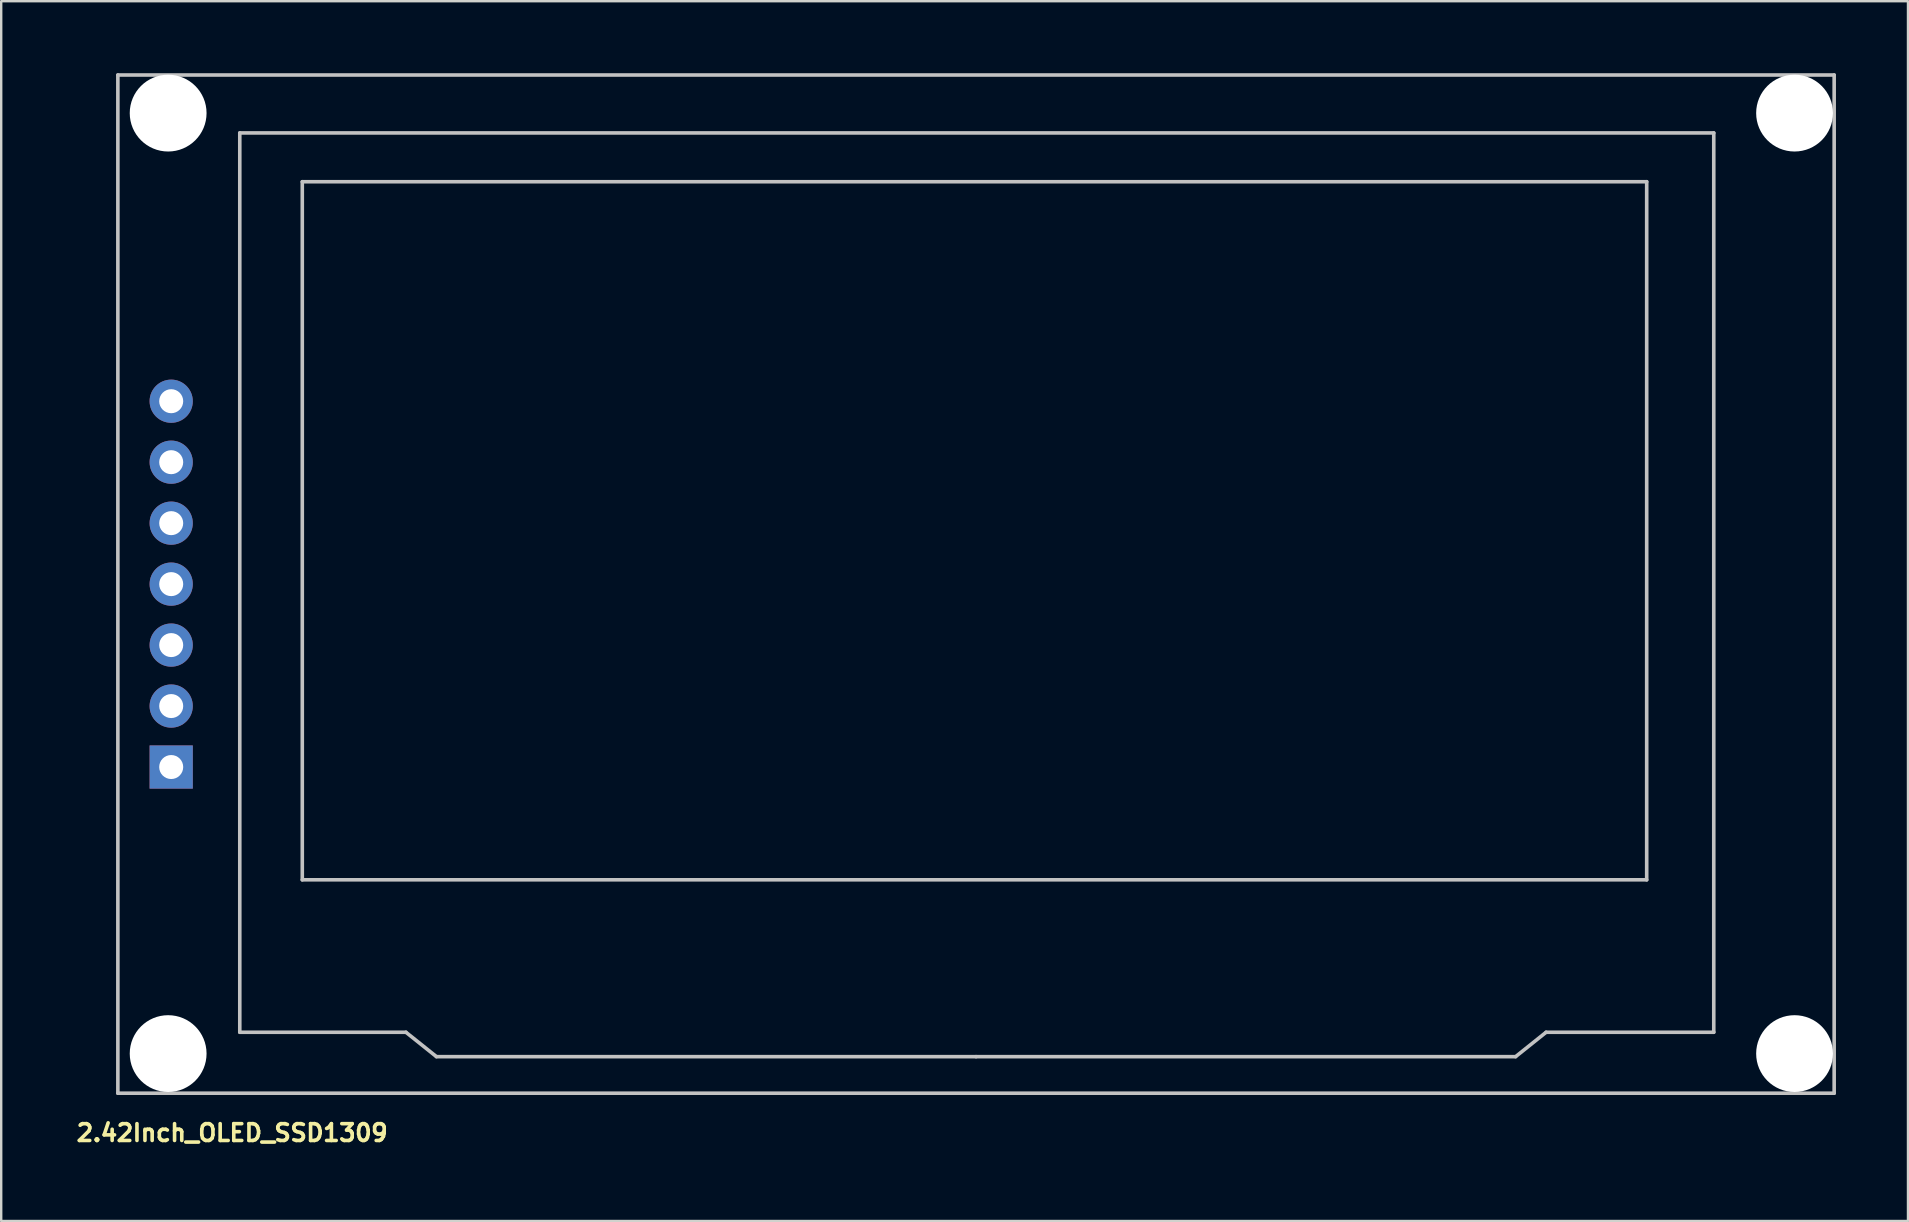
<source format=kicad_pcb>
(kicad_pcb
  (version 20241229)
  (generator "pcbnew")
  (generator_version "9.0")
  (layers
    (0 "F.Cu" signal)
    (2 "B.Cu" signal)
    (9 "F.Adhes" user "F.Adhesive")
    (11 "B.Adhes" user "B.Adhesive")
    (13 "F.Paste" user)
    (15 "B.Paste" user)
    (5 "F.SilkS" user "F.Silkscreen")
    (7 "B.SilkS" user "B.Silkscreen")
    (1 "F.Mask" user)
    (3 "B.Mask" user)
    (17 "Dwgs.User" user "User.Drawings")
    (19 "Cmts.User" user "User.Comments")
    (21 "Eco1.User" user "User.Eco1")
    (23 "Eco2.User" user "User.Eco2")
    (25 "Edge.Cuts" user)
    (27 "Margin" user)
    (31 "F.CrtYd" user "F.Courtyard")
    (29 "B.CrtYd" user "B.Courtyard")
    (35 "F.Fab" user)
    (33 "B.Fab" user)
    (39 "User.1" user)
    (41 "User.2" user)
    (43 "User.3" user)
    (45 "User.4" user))
  (footprint "2.42Inch_OLED_SSD1309"
    (layer "F.Cu")
    (at 37.102 21.284)
    (property "Reference" "2.42Inch_OLED_SSD1309" (at -30.48 22.86 0) (layer "F.SilkS") (effects (font (size 0.7 0.7) (thickness 0.15))))
    (attr through_hole)
    (fp_line (start -35.242 -21.209) (end -35.242 21.209) (stroke (width 0.15) (type solid)) (layer "Dwgs.User"))
    (fp_line (start -35.242 -21.209) (end 36.258 -21.209) (stroke (width 0.15) (type solid)) (layer "Dwgs.User"))
    (fp_line (start -35.242 21.209) (end 36.258 21.209) (stroke (width 0.15) (type solid)) (layer "Dwgs.User"))
    (fp_line (start -30.163 18.669) (end -30.163 -18.796) (stroke (width 0.15) (type solid)) (layer "Dwgs.User"))
    (fp_line (start -30.163 18.669) (end -23.241 18.669) (stroke (width 0.15) (type solid)) (layer "Dwgs.User"))
    (fp_line (start -27.559 -16.764) (end 28.448 -16.764) (stroke (width 0.15) (type solid)) (layer "Dwgs.User"))
    (fp_line (start -27.559 12.319) (end -27.559 -16.764) (stroke (width 0.15) (type solid)) (layer "Dwgs.User"))
    (fp_line (start -23.241 18.669) (end -21.971 19.685) (stroke (width 0.15) (type solid)) (layer "Dwgs.User"))
    (fp_line (start 0.508 19.685) (end -21.971 19.685) (stroke (width 0.15) (type solid)) (layer "Dwgs.User"))
    (fp_line (start 0.508 19.685) (end 22.987 19.685) (stroke (width 0.15) (type solid)) (layer "Dwgs.User"))
    (fp_line (start 22.987 19.685) (end 24.257 18.669) (stroke (width 0.15) (type solid)) (layer "Dwgs.User"))
    (fp_line (start 28.448 -16.764) (end 28.448 12.319) (stroke (width 0.15) (type solid)) (layer "Dwgs.User"))
    (fp_line (start 28.448 12.319) (end -27.559 12.319) (stroke (width 0.15) (type solid)) (layer "Dwgs.User"))
    (fp_line (start 31.242 -18.796) (end -30.163 -18.796) (stroke (width 0.15) (type solid)) (layer "Dwgs.User"))
    (fp_line (start 31.242 18.669) (end 24.257 18.669) (stroke (width 0.15) (type solid)) (layer "Dwgs.User"))
    (fp_line (start 31.242 18.669) (end 31.242 -18.796) (stroke (width 0.15) (type solid)) (layer "Dwgs.User"))
    (fp_line (start 36.258 -21.209) (end 36.258 21.209) (stroke (width 0.15) (type solid)) (layer "Dwgs.User"))
    (pad "" np_thru_hole circle (at -33.147 -19.622) (size 3.2 3.2) (drill 3.2) (layers "*.Cu" "*.Mask"))
    (pad "" np_thru_hole circle (at -33.147 19.558) (size 3.2 3.2) (drill 3.2) (layers "*.Cu" "*.Mask"))
    (pad "" np_thru_hole circle (at 34.608 -19.622) (size 3.2 3.2) (drill 3.2) (layers "*.Cu" "*.Mask"))
    (pad "" np_thru_hole circle (at 34.608 19.558) (size 3.2 3.2) (drill 3.2) (layers "*.Cu" "*.Mask"))
    (pad "1" thru_hole rect (at -33.02 7.62 180) (size 1.8 1.8) (drill 1) (layers "*.Cu" "*.Mask"))
    (pad "2" thru_hole circle (at -33.02 5.08 180) (size 1.8 1.8) (drill 1) (layers "*.Cu" "*.Mask"))
    (pad "3" thru_hole circle (at -33.02 2.54 180) (size 1.8 1.8) (drill 1) (layers "*.Cu" "*.Mask"))
    (pad "4" thru_hole circle (at -33.02 0 180) (size 1.8 1.8) (drill 1) (layers "*.Cu" "*.Mask"))
    (pad "5" thru_hole circle (at -33.02 -2.54 180) (size 1.8 1.8) (drill 1) (layers "*.Cu" "*.Mask"))
    (pad "6" thru_hole circle (at -33.02 -5.08 180) (size 1.8 1.8) (drill 1) (layers "*.Cu" "*.Mask"))
    (pad "7" thru_hole circle (at -33.02 -7.62 180) (size 1.8 1.8) (drill 1) (layers "*.Cu" "*.Mask")))
  (gr_rect
    (start -3 -3)
    (end 76.435 47.817)
    (stroke (width 0.1) (type default))
    (fill no)
    (layer "Edge.Cuts")))
</source>
